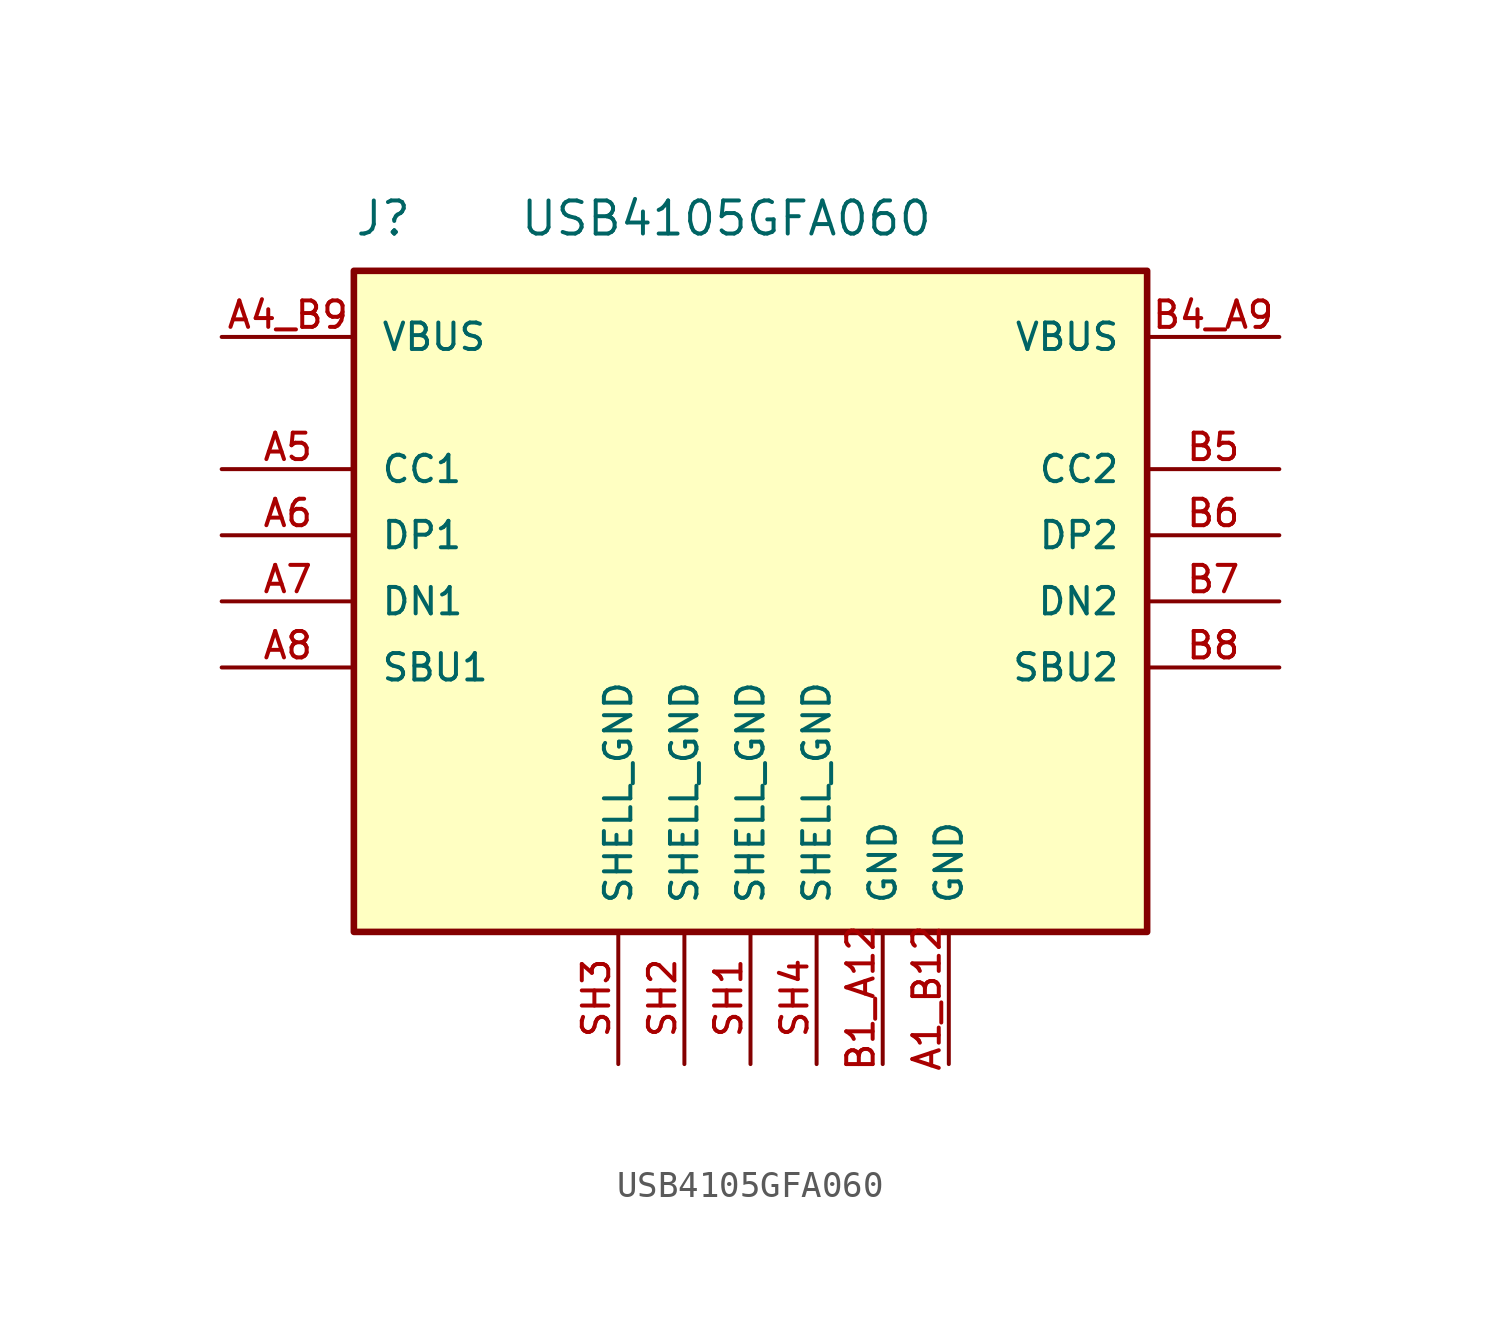
<source format=kicad_sym>
(kicad_symbol_lib
  (version 20220914)
  (generator kicad_symbol_editor)
  (symbol "USB4105GFA060"
    (pin_names
      (offset 1.016))
    (property "Reference" "J"
      (at -15.24 13.97 0)
      (effects (font (size 1.27 1.27)) (justify left bottom)))
    (property "Value" "USB4105GFA060"
      (at -8.89 13.97 0)
      (effects (font (size 1.27 1.27)) (justify left bottom)))
    (symbol "USB4105GFA060_0_0"
      (rectangle (start -15.24 12.7) (end 15.24 -12.7) (stroke (width 0.254) (type default)) (fill (type background)))
      (pin power_in line (at 7.62 -17.78 90) (length 5.08) (name "GND" (effects (font (size 1.016 1.016)))) (number "A1_B12" (effects (font (size 1.016 1.016)))))
      (pin power_in line (at -20.32 10.16 0) (length 5.08) (name "VBUS" (effects (font (size 1.016 1.016)))) (number "A4_B9" (effects (font (size 1.016 1.016)))))
      (pin bidirectional line (at -20.32 5.08 0) (length 5.08) (name "CC1" (effects (font (size 1.016 1.016)))) (number "A5" (effects (font (size 1.016 1.016)))))
      (pin bidirectional line (at -20.32 2.54 0) (length 5.08) (name "DP1" (effects (font (size 1.016 1.016)))) (number "A6" (effects (font (size 1.016 1.016)))))
      (pin bidirectional line (at -20.32 0 0) (length 5.08) (name "DN1" (effects (font (size 1.016 1.016)))) (number "A7" (effects (font (size 1.016 1.016)))))
      (pin bidirectional line (at -20.32 -2.54 0) (length 5.08) (name "SBU1" (effects (font (size 1.016 1.016)))) (number "A8" (effects (font (size 1.016 1.016)))))
      (pin power_in line (at 5.08 -17.78 90) (length 5.08) (name "GND" (effects (font (size 1.016 1.016)))) (number "B1_A12" (effects (font (size 1.016 1.016)))))
      (pin power_in line (at 20.32 10.16 180) (length 5.08) (name "VBUS" (effects (font (size 1.016 1.016)))) (number "B4_A9" (effects (font (size 1.016 1.016)))))
      (pin bidirectional line (at 20.32 5.08 180) (length 5.08) (name "CC2" (effects (font (size 1.016 1.016)))) (number "B5" (effects (font (size 1.016 1.016)))))
      (pin bidirectional line (at 20.32 2.54 180) (length 5.08) (name "DP2" (effects (font (size 1.016 1.016)))) (number "B6" (effects (font (size 1.016 1.016)))))
      (pin bidirectional line (at 20.32 0 180) (length 5.08) (name "DN2" (effects (font (size 1.016 1.016)))) (number "B7" (effects (font (size 1.016 1.016)))))
      (pin bidirectional line (at 20.32 -2.54 180) (length 5.08) (name "SBU2" (effects (font (size 1.016 1.016)))) (number "B8" (effects (font (size 1.016 1.016)))))
      (pin power_in line (at 0 -17.78 90) (length 5.08) (name "SHELL_GND" (effects (font (size 1.016 1.016)))) (number "SH1" (effects (font (size 1.016 1.016)))))
      (pin power_in line (at -2.54 -17.78 90) (length 5.08) (name "SHELL_GND" (effects (font (size 1.016 1.016)))) (number "SH2" (effects (font (size 1.016 1.016)))))
      (pin power_in line (at -5.08 -17.78 90) (length 5.08) (name "SHELL_GND" (effects (font (size 1.016 1.016)))) (number "SH3" (effects (font (size 1.016 1.016)))))
      (pin power_in line (at 2.54 -17.78 90) (length 5.08) (name "SHELL_GND" (effects (font (size 1.016 1.016)))) (number "SH4" (effects (font (size 1.016 1.016))))))))
</source>
